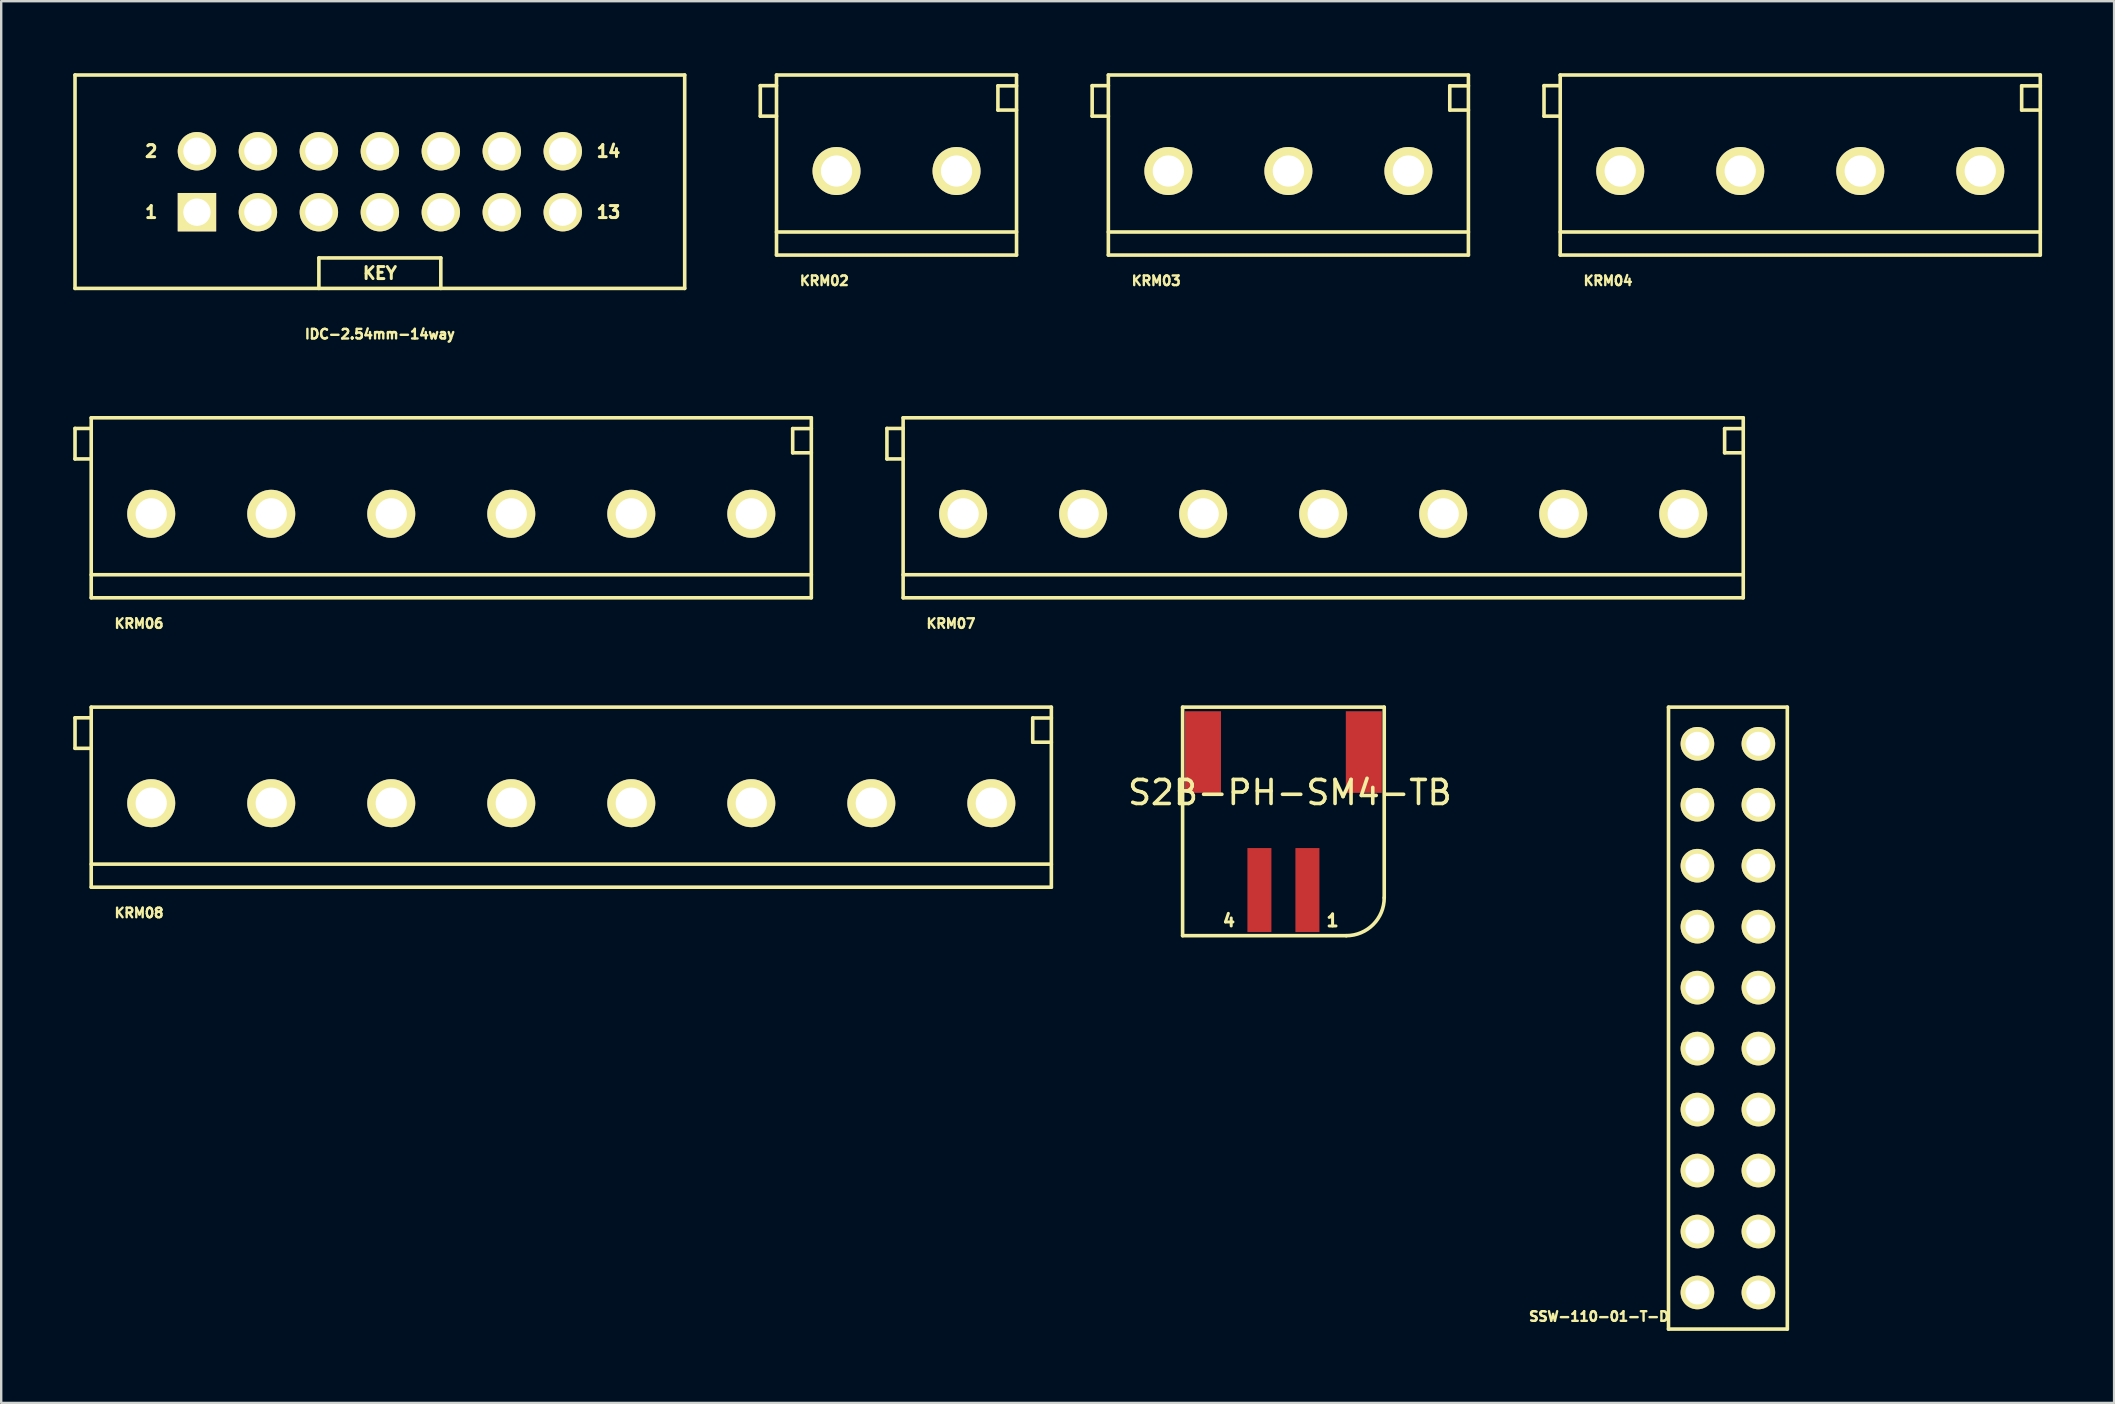
<source format=kicad_pcb>
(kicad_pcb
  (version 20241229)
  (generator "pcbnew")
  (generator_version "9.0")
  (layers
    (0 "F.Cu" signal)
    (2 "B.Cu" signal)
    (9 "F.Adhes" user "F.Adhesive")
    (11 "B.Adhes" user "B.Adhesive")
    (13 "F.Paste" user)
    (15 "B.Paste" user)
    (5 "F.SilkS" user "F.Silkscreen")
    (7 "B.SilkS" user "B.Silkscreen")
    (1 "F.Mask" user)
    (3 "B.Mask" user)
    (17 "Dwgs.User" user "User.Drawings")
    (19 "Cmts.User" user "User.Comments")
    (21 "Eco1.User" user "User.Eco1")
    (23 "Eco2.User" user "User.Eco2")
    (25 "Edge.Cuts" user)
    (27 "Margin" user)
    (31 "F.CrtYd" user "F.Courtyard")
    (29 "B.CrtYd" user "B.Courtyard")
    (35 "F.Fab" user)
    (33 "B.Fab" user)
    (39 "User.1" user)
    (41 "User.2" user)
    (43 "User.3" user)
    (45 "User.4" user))
  (footprint "IDC-2.54mm-14way"
    (layer "F.Cu")
    (at 12.775 4.52)
    (property "Reference" "IDC-2.54mm-14way" (at 0 6.35 0) (layer "F.SilkS") (effects (font (size 0.4 0.4) (thickness 0.1))))
    (attr through_hole)
    (fp_line (start -12.7 -4.445) (end 12.7 -4.445) (stroke (width 0.15) (type solid)) (layer "F.SilkS"))
    (fp_line (start -12.7 4.445) (end -12.7 -4.445) (stroke (width 0.15) (type solid)) (layer "F.SilkS"))
    (fp_line (start -2.54 3.175) (end 2.54 3.175) (stroke (width 0.15) (type solid)) (layer "F.SilkS"))
    (fp_line (start -2.54 4.445) (end -2.54 3.175) (stroke (width 0.15) (type solid)) (layer "F.SilkS"))
    (fp_line (start 2.54 3.175) (end 2.54 4.445) (stroke (width 0.15) (type solid)) (layer "F.SilkS"))
    (fp_line (start 12.7 -4.445) (end 12.7 4.445) (stroke (width 0.15) (type solid)) (layer "F.SilkS"))
    (fp_line (start 12.7 4.445) (end -12.7 4.445) (stroke (width 0.15) (type solid)) (layer "F.SilkS"))
    (fp_text user "14" (at 9.525 -1.27 0) (layer "F.SilkS") (effects (font (size 0.5 0.5) (thickness 0.125))))
    (fp_text user "KEY" (at 0 3.81 0) (layer "F.SilkS") (effects (font (size 0.5 0.5) (thickness 0.125))))
    (fp_text user "13" (at 9.525 1.27 0) (layer "F.SilkS") (effects (font (size 0.5 0.5) (thickness 0.125))))
    (fp_text user "2" (at -9.525 -1.27 0) (layer "F.SilkS") (effects (font (size 0.5 0.5) (thickness 0.125))))
    (fp_text user "1" (at -9.525 1.27 0) (layer "F.SilkS") (effects (font (size 0.5 0.5) (thickness 0.125))))
    (pad "1" thru_hole rect (at -7.62 1.27) (size 1.6 1.6) (drill 1.14) (layers "*.Cu" "*.Mask" "F.SilkS"))
    (pad "2" thru_hole circle (at -7.62 -1.27) (size 1.6 1.6) (drill 1.14) (layers "*.Cu" "*.Mask" "F.SilkS"))
    (pad "3" thru_hole circle (at -5.08 1.27) (size 1.6 1.6) (drill 1.14) (layers "*.Cu" "*.Mask" "F.SilkS"))
    (pad "4" thru_hole circle (at -5.08 -1.27) (size 1.6 1.6) (drill 1.14) (layers "*.Cu" "*.Mask" "F.SilkS"))
    (pad "5" thru_hole circle (at -2.54 1.27) (size 1.6 1.6) (drill 1.14) (layers "*.Cu" "*.Mask" "F.SilkS"))
    (pad "6" thru_hole circle (at -2.54 -1.27) (size 1.6 1.6) (drill 1.14) (layers "*.Cu" "*.Mask" "F.SilkS"))
    (pad "7" thru_hole circle (at 0 1.27) (size 1.6 1.6) (drill 1.14) (layers "*.Cu" "*.Mask" "F.SilkS"))
    (pad "8" thru_hole circle (at 0 -1.27) (size 1.6 1.6) (drill 1.14) (layers "*.Cu" "*.Mask" "F.SilkS"))
    (pad "9" thru_hole circle (at 2.54 1.27) (size 1.6 1.6) (drill 1.14) (layers "*.Cu" "*.Mask" "F.SilkS"))
    (pad "10" thru_hole circle (at 2.54 -1.27) (size 1.6 1.6) (drill 1.14) (layers "*.Cu" "*.Mask" "F.SilkS"))
    (pad "11" thru_hole circle (at 5.08 1.27) (size 1.6 1.6) (drill 1.14) (layers "*.Cu" "*.Mask" "F.SilkS"))
    (pad "12" thru_hole circle (at 5.08 -1.27) (size 1.6 1.6) (drill 1.14) (layers "*.Cu" "*.Mask" "F.SilkS"))
    (pad "13" thru_hole circle (at 7.62 1.27) (size 1.6 1.6) (drill 1.14) (layers "*.Cu" "*.Mask" "F.SilkS"))
    (pad "14" thru_hole circle (at 7.62 -1.27) (size 1.6 1.6) (drill 1.14) (layers "*.Cu" "*.Mask" "F.SilkS")))
  (footprint "KRM08"
    (layer "F.Cu")
    (at 3.25 30.411)
    (property "Reference" "KRM08" (at -0.508 4.572 0) (layer "F.SilkS") (effects (font (size 0.4 0.4) (thickness 0.1))))
    (attr through_hole)
    (fp_line (start -3.175 -3.556) (end -2.5 -3.556) (stroke (width 0.15) (type solid)) (layer "F.SilkS"))
    (fp_line (start -3.175 -2.286) (end -3.175 -3.556) (stroke (width 0.15) (type solid)) (layer "F.SilkS"))
    (fp_line (start -3.175 -2.286) (end -2.5 -2.286) (stroke (width 0.15) (type solid)) (layer "F.SilkS"))
    (fp_line (start -2.5 -4) (end -2.5 3.5) (stroke (width 0.15) (type solid)) (layer "F.SilkS"))
    (fp_line (start -2.5 -4) (end 37.5 -4) (stroke (width 0.15) (type solid)) (layer "F.SilkS"))
    (fp_line (start -2.5 2.54) (end 37.5 2.54) (stroke (width 0.15) (type solid)) (layer "F.SilkS"))
    (fp_line (start -2.5 3.5) (end 37.5 3.5) (stroke (width 0.15) (type solid)) (layer "F.SilkS"))
    (fp_line (start 36.724 -3.549) (end 36.724 -2.54) (stroke (width 0.15) (type solid)) (layer "F.SilkS"))
    (fp_line (start 36.724 -3.549) (end 37.5 -3.549) (stroke (width 0.15) (type solid)) (layer "F.SilkS"))
    (fp_line (start 36.724 -2.54) (end 37.5 -2.54) (stroke (width 0.15) (type solid)) (layer "F.SilkS"))
    (fp_line (start 37.5 -4) (end 37.5 3.5) (stroke (width 0.15) (type solid)) (layer "F.SilkS"))
    (pad "1" thru_hole circle (at 0 0) (size 2 2) (drill 1.3) (layers "*.Cu" "*.Mask" "F.SilkS"))
    (pad "2" thru_hole circle (at 5 0) (size 2 2) (drill 1.3) (layers "*.Cu" "*.Mask" "F.SilkS"))
    (pad "3" thru_hole circle (at 10 0) (size 2 2) (drill 1.3) (layers "*.Cu" "*.Mask" "F.SilkS"))
    (pad "4" thru_hole circle (at 15 0) (size 2 2) (drill 1.3) (layers "*.Cu" "*.Mask" "F.SilkS"))
    (pad "5" thru_hole circle (at 20 0) (size 2 2) (drill 1.3) (layers "*.Cu" "*.Mask" "F.SilkS"))
    (pad "6" thru_hole circle (at 25 0) (size 2 2) (drill 1.3) (layers "*.Cu" "*.Mask" "F.SilkS"))
    (pad "7" thru_hole circle (at 30 0) (size 2 2) (drill 1.3) (layers "*.Cu" "*.Mask" "F.SilkS"))
    (pad "8" thru_hole circle (at 35 0) (size 2 2) (drill 1.3) (layers "*.Cu" "*.Mask" "F.SilkS")))
  (footprint "KRM07"
    (layer "F.Cu")
    (at 37.075 18.355)
    (property "Reference" "KRM07" (at -0.508 4.572 0) (layer "F.SilkS") (effects (font (size 0.4 0.4) (thickness 0.1))))
    (attr through_hole)
    (fp_line (start -3.175 -3.556) (end -2.5 -3.556) (stroke (width 0.15) (type solid)) (layer "F.SilkS"))
    (fp_line (start -3.175 -2.286) (end -3.175 -3.556) (stroke (width 0.15) (type solid)) (layer "F.SilkS"))
    (fp_line (start -3.175 -2.286) (end -2.5 -2.286) (stroke (width 0.15) (type solid)) (layer "F.SilkS"))
    (fp_line (start -2.5 -4) (end -2.5 3.5) (stroke (width 0.15) (type solid)) (layer "F.SilkS"))
    (fp_line (start -2.5 -4) (end 32.5 -4) (stroke (width 0.15) (type solid)) (layer "F.SilkS"))
    (fp_line (start -2.5 2.54) (end 32.5 2.54) (stroke (width 0.15) (type solid)) (layer "F.SilkS"))
    (fp_line (start -2.5 3.5) (end 32.5 3.5) (stroke (width 0.15) (type solid)) (layer "F.SilkS"))
    (fp_line (start 31.724 -3.549) (end 31.724 -2.54) (stroke (width 0.15) (type solid)) (layer "F.SilkS"))
    (fp_line (start 31.724 -3.549) (end 32.5 -3.549) (stroke (width 0.15) (type solid)) (layer "F.SilkS"))
    (fp_line (start 31.724 -2.54) (end 32.5 -2.54) (stroke (width 0.15) (type solid)) (layer "F.SilkS"))
    (fp_line (start 32.5 -4) (end 32.5 3.5) (stroke (width 0.15) (type solid)) (layer "F.SilkS"))
    (pad "1" thru_hole circle (at 0 0) (size 2 2) (drill 1.3) (layers "*.Cu" "*.Mask" "F.SilkS"))
    (pad "2" thru_hole circle (at 5 0) (size 2 2) (drill 1.3) (layers "*.Cu" "*.Mask" "F.SilkS"))
    (pad "3" thru_hole circle (at 10 0) (size 2 2) (drill 1.3) (layers "*.Cu" "*.Mask" "F.SilkS"))
    (pad "4" thru_hole circle (at 15 0) (size 2 2) (drill 1.3) (layers "*.Cu" "*.Mask" "F.SilkS"))
    (pad "5" thru_hole circle (at 20 0) (size 2 2) (drill 1.3) (layers "*.Cu" "*.Mask" "F.SilkS"))
    (pad "6" thru_hole circle (at 25 0) (size 2 2) (drill 1.3) (layers "*.Cu" "*.Mask" "F.SilkS"))
    (pad "7" thru_hole circle (at 30 0) (size 2 2) (drill 1.3) (layers "*.Cu" "*.Mask" "F.SilkS")))
  (footprint "S2B-PH-SM4-TB"
    (layer "F.Cu")
    (at 49.418 34.031)
    (property "Reference" "S2B-PH-SM4-TB" (at 1.27 -4.064 0) (layer "F.SilkS") (effects (font (size 1 1) (thickness 0.15))))
    (attr smd)
    (fp_line (start -3.2 -7.62) (end 5.2 -7.62) (stroke (width 0.15) (type solid)) (layer "F.SilkS"))
    (fp_line (start -3.2 1.9) (end -3.2 -7.62) (stroke (width 0.15) (type solid)) (layer "F.SilkS"))
    (fp_line (start 3.62 1.9) (end -3.2 1.9) (stroke (width 0.15) (type solid)) (layer "F.SilkS"))
    (fp_line (start 5.2 -7.62) (end 5.2 0.32) (stroke (width 0.15) (type solid)) (layer "F.SilkS"))
    (fp_arc (start 5.2 0.32) (mid 4.737229 1.437229) (end 3.62 1.9) (stroke (width 0.15) (type solid)) (layer "F.SilkS"))
    (fp_text user "4" (at -1.27 1.27 0) (layer "F.SilkS") (effects (font (size 0.5 0.5) (thickness 0.125))))
    (fp_text user "1" (at 3.048 1.27 0) (layer "F.SilkS") (effects (font (size 0.5 0.5) (thickness 0.125))))
    (pad "3" smd rect (at 2 0) (size 1 3.5) (layers "F.Cu" "F.Mask" "F.Paste"))
    (pad "4" smd rect (at 0 0) (size 1 3.5) (layers "F.Cu" "F.Mask" "F.Paste"))
    (pad "5" smd rect (at -2.35 -5.75) (size 1.5 3.4) (layers "F.Cu" "F.Mask" "F.Paste"))
    (pad "5" smd rect (at 4.35 -5.75) (size 1.5 3.4) (layers "F.Cu" "F.Mask" "F.Paste")))
  (footprint "KRM02"
    (layer "F.Cu")
    (at 31.8 4.075)
    (property "Reference" "KRM02" (at -0.508 4.572 0) (layer "F.SilkS") (effects (font (size 0.4 0.4) (thickness 0.1))))
    (attr through_hole)
    (fp_line (start -3.175 -3.556) (end -2.5 -3.556) (stroke (width 0.15) (type solid)) (layer "F.SilkS"))
    (fp_line (start -3.175 -2.286) (end -3.175 -3.556) (stroke (width 0.15) (type solid)) (layer "F.SilkS"))
    (fp_line (start -3.175 -2.286) (end -2.5 -2.286) (stroke (width 0.15) (type solid)) (layer "F.SilkS"))
    (fp_line (start -2.5 -4) (end -2.5 3.5) (stroke (width 0.15) (type solid)) (layer "F.SilkS"))
    (fp_line (start -2.5 -4) (end 7.5 -4) (stroke (width 0.15) (type solid)) (layer "F.SilkS"))
    (fp_line (start -2.5 2.54) (end 7.5 2.54) (stroke (width 0.15) (type solid)) (layer "F.SilkS"))
    (fp_line (start -2.5 3.5) (end 7.5 3.5) (stroke (width 0.15) (type solid)) (layer "F.SilkS"))
    (fp_line (start 6.724 -3.549) (end 6.724 -2.54) (stroke (width 0.15) (type solid)) (layer "F.SilkS"))
    (fp_line (start 6.724 -3.549) (end 7.5 -3.549) (stroke (width 0.15) (type solid)) (layer "F.SilkS"))
    (fp_line (start 6.724 -2.54) (end 7.5 -2.54) (stroke (width 0.15) (type solid)) (layer "F.SilkS"))
    (fp_line (start 7.5 -4) (end 7.5 3.5) (stroke (width 0.15) (type solid)) (layer "F.SilkS"))
    (pad "1" thru_hole circle (at 0 0) (size 2 2) (drill 1.3) (layers "*.Cu" "*.Mask" "F.SilkS"))
    (pad "2" thru_hole circle (at 5 0) (size 2 2) (drill 1.3) (layers "*.Cu" "*.Mask" "F.SilkS")))
  (footprint "SSW-110-01-T-D"
    (layer "F.Cu")
    (at 67.666 50.796)
    (property "Reference" "SSW-110-01-T-D" (at -4.1 1 0) (layer "F.SilkS") (effects (font (size 0.4 0.4) (thickness 0.1))))
    (attr through_hole)
    (fp_line (start -1.205 -24.385) (end 3.745 -24.385) (stroke (width 0.15) (type solid)) (layer "F.SilkS"))
    (fp_line (start -1.205 1.525) (end -1.205 -24.385) (stroke (width 0.15) (type solid)) (layer "F.SilkS"))
    (fp_line (start -1.205 1.525) (end 3.745 1.525) (stroke (width 0.15) (type solid)) (layer "F.SilkS"))
    (fp_line (start 3.745 1.525) (end 3.745 -24.385) (stroke (width 0.15) (type solid)) (layer "F.SilkS"))
    (pad "1" thru_hole circle (at 0 0) (size 1.4 1.4) (drill 1) (layers "*.Cu" "*.Mask" "F.SilkS"))
    (pad "2" thru_hole circle (at 2.54 0) (size 1.4 1.4) (drill 1) (layers "*.Cu" "*.Mask" "F.SilkS"))
    (pad "3" thru_hole circle (at 0 -2.54) (size 1.4 1.4) (drill 1) (layers "*.Cu" "*.Mask" "F.SilkS"))
    (pad "4" thru_hole circle (at 2.54 -2.54) (size 1.4 1.4) (drill 1) (layers "*.Cu" "*.Mask" "F.SilkS"))
    (pad "5" thru_hole circle (at 0 -5.08) (size 1.4 1.4) (drill 1) (layers "*.Cu" "*.Mask" "F.SilkS"))
    (pad "6" thru_hole circle (at 2.54 -5.08) (size 1.4 1.4) (drill 1) (layers "*.Cu" "*.Mask" "F.SilkS"))
    (pad "7" thru_hole circle (at 0 -7.62) (size 1.4 1.4) (drill 1) (layers "*.Cu" "*.Mask" "F.SilkS"))
    (pad "8" thru_hole circle (at 2.54 -7.62) (size 1.4 1.4) (drill 1) (layers "*.Cu" "*.Mask" "F.SilkS"))
    (pad "9" thru_hole circle (at 0 -10.16) (size 1.4 1.4) (drill 1) (layers "*.Cu" "*.Mask" "F.SilkS"))
    (pad "10" thru_hole circle (at 2.54 -10.16) (size 1.4 1.4) (drill 1) (layers "*.Cu" "*.Mask" "F.SilkS"))
    (pad "11" thru_hole circle (at 0 -12.7) (size 1.4 1.4) (drill 1) (layers "*.Cu" "*.Mask" "F.SilkS"))
    (pad "12" thru_hole circle (at 2.54 -12.7) (size 1.4 1.4) (drill 1) (layers "*.Cu" "*.Mask" "F.SilkS"))
    (pad "13" thru_hole circle (at 0 -15.24) (size 1.4 1.4) (drill 1) (layers "*.Cu" "*.Mask" "F.SilkS"))
    (pad "14" thru_hole circle (at 2.54 -15.24) (size 1.4 1.4) (drill 1) (layers "*.Cu" "*.Mask" "F.SilkS"))
    (pad "15" thru_hole circle (at 0 -17.78) (size 1.4 1.4) (drill 1) (layers "*.Cu" "*.Mask" "F.SilkS"))
    (pad "16" thru_hole circle (at 2.54 -17.78) (size 1.4 1.4) (drill 1) (layers "*.Cu" "*.Mask" "F.SilkS"))
    (pad "17" thru_hole circle (at 0 -20.32) (size 1.4 1.4) (drill 1) (layers "*.Cu" "*.Mask" "F.SilkS"))
    (pad "18" thru_hole circle (at 2.54 -20.32) (size 1.4 1.4) (drill 1) (layers "*.Cu" "*.Mask" "F.SilkS"))
    (pad "19" thru_hole circle (at 0 -22.86) (size 1.4 1.4) (drill 1) (layers "*.Cu" "*.Mask" "F.SilkS"))
    (pad "20" thru_hole circle (at 2.54 -22.86) (size 1.4 1.4) (drill 1) (layers "*.Cu" "*.Mask" "F.SilkS")))
  (footprint "KRM03"
    (layer "F.Cu")
    (at 45.625 4.075)
    (property "Reference" "KRM03" (at -0.508 4.572 0) (layer "F.SilkS") (effects (font (size 0.4 0.4) (thickness 0.1))))
    (attr through_hole)
    (fp_line (start -3.175 -3.556) (end -2.5 -3.556) (stroke (width 0.15) (type solid)) (layer "F.SilkS"))
    (fp_line (start -3.175 -2.286) (end -3.175 -3.556) (stroke (width 0.15) (type solid)) (layer "F.SilkS"))
    (fp_line (start -3.175 -2.286) (end -2.5 -2.286) (stroke (width 0.15) (type solid)) (layer "F.SilkS"))
    (fp_line (start -2.5 -4) (end -2.5 3.5) (stroke (width 0.15) (type solid)) (layer "F.SilkS"))
    (fp_line (start -2.5 -4) (end 12.5 -4) (stroke (width 0.15) (type solid)) (layer "F.SilkS"))
    (fp_line (start -2.5 2.54) (end 12.5 2.54) (stroke (width 0.15) (type solid)) (layer "F.SilkS"))
    (fp_line (start -2.5 3.5) (end 12.5 3.5) (stroke (width 0.15) (type solid)) (layer "F.SilkS"))
    (fp_line (start 11.724 -3.549) (end 11.724 -2.54) (stroke (width 0.15) (type solid)) (layer "F.SilkS"))
    (fp_line (start 11.724 -3.549) (end 12.5 -3.549) (stroke (width 0.15) (type solid)) (layer "F.SilkS"))
    (fp_line (start 11.724 -2.54) (end 12.5 -2.54) (stroke (width 0.15) (type solid)) (layer "F.SilkS"))
    (fp_line (start 12.5 -4) (end 12.5 3.5) (stroke (width 0.15) (type solid)) (layer "F.SilkS"))
    (pad "1" thru_hole circle (at 0 0) (size 2 2) (drill 1.3) (layers "*.Cu" "*.Mask" "F.SilkS"))
    (pad "2" thru_hole circle (at 5 0) (size 2 2) (drill 1.3) (layers "*.Cu" "*.Mask" "F.SilkS"))
    (pad "3" thru_hole circle (at 10 0) (size 2 2) (drill 1.3) (layers "*.Cu" "*.Mask" "F.SilkS")))
  (footprint "KRM04"
    (layer "F.Cu")
    (at 64.45 4.075)
    (property "Reference" "KRM04" (at -0.508 4.572 0) (layer "F.SilkS") (effects (font (size 0.4 0.4) (thickness 0.1))))
    (attr through_hole)
    (fp_line (start -3.175 -3.556) (end -2.5 -3.556) (stroke (width 0.15) (type solid)) (layer "F.SilkS"))
    (fp_line (start -3.175 -2.286) (end -3.175 -3.556) (stroke (width 0.15) (type solid)) (layer "F.SilkS"))
    (fp_line (start -3.175 -2.286) (end -2.5 -2.286) (stroke (width 0.15) (type solid)) (layer "F.SilkS"))
    (fp_line (start -2.5 -4) (end -2.5 3.5) (stroke (width 0.15) (type solid)) (layer "F.SilkS"))
    (fp_line (start -2.5 -4) (end 17.5 -4) (stroke (width 0.15) (type solid)) (layer "F.SilkS"))
    (fp_line (start -2.5 2.54) (end 17.5 2.54) (stroke (width 0.15) (type solid)) (layer "F.SilkS"))
    (fp_line (start -2.5 3.5) (end 17.5 3.5) (stroke (width 0.15) (type solid)) (layer "F.SilkS"))
    (fp_line (start 16.724 -3.549) (end 16.724 -2.54) (stroke (width 0.15) (type solid)) (layer "F.SilkS"))
    (fp_line (start 16.724 -3.549) (end 17.5 -3.549) (stroke (width 0.15) (type solid)) (layer "F.SilkS"))
    (fp_line (start 16.724 -2.54) (end 17.5 -2.54) (stroke (width 0.15) (type solid)) (layer "F.SilkS"))
    (fp_line (start 17.5 -4) (end 17.5 3.5) (stroke (width 0.15) (type solid)) (layer "F.SilkS"))
    (pad "1" thru_hole circle (at 0 0) (size 2 2) (drill 1.3) (layers "*.Cu" "*.Mask" "F.SilkS"))
    (pad "2" thru_hole circle (at 5 0) (size 2 2) (drill 1.3) (layers "*.Cu" "*.Mask" "F.SilkS"))
    (pad "3" thru_hole circle (at 10 0) (size 2 2) (drill 1.3) (layers "*.Cu" "*.Mask" "F.SilkS"))
    (pad "4" thru_hole circle (at 15 0) (size 2 2) (drill 1.3) (layers "*.Cu" "*.Mask" "F.SilkS")))
  (footprint "KRM06"
    (layer "F.Cu")
    (at 3.25 18.355)
    (property "Reference" "KRM06" (at -0.508 4.572 0) (layer "F.SilkS") (effects (font (size 0.4 0.4) (thickness 0.1))))
    (attr through_hole)
    (fp_line (start -3.175 -3.556) (end -2.5 -3.556) (stroke (width 0.15) (type solid)) (layer "F.SilkS"))
    (fp_line (start -3.175 -2.286) (end -3.175 -3.556) (stroke (width 0.15) (type solid)) (layer "F.SilkS"))
    (fp_line (start -3.175 -2.286) (end -2.5 -2.286) (stroke (width 0.15) (type solid)) (layer "F.SilkS"))
    (fp_line (start -2.5 -4) (end -2.5 3.5) (stroke (width 0.15) (type solid)) (layer "F.SilkS"))
    (fp_line (start -2.5 -4) (end 27.5 -4) (stroke (width 0.15) (type solid)) (layer "F.SilkS"))
    (fp_line (start -2.5 2.54) (end 27.5 2.54) (stroke (width 0.15) (type solid)) (layer "F.SilkS"))
    (fp_line (start -2.5 3.5) (end 27.5 3.5) (stroke (width 0.15) (type solid)) (layer "F.SilkS"))
    (fp_line (start 26.724 -3.549) (end 26.724 -2.54) (stroke (width 0.15) (type solid)) (layer "F.SilkS"))
    (fp_line (start 26.724 -3.549) (end 27.5 -3.549) (stroke (width 0.15) (type solid)) (layer "F.SilkS"))
    (fp_line (start 26.724 -2.54) (end 27.5 -2.54) (stroke (width 0.15) (type solid)) (layer "F.SilkS"))
    (fp_line (start 27.5 -4) (end 27.5 3.5) (stroke (width 0.15) (type solid)) (layer "F.SilkS"))
    (pad "1" thru_hole circle (at 0 0) (size 2 2) (drill 1.3) (layers "*.Cu" "*.Mask" "F.SilkS"))
    (pad "2" thru_hole circle (at 5 0) (size 2 2) (drill 1.3) (layers "*.Cu" "*.Mask" "F.SilkS"))
    (pad "3" thru_hole circle (at 10 0) (size 2 2) (drill 1.3) (layers "*.Cu" "*.Mask" "F.SilkS"))
    (pad "4" thru_hole circle (at 15 0) (size 2 2) (drill 1.3) (layers "*.Cu" "*.Mask" "F.SilkS"))
    (pad "5" thru_hole circle (at 20 0) (size 2 2) (drill 1.3) (layers "*.Cu" "*.Mask" "F.SilkS"))
    (pad "6" thru_hole circle (at 25 0) (size 2 2) (drill 1.3) (layers "*.Cu" "*.Mask" "F.SilkS")))
  (gr_rect
    (start -3 -3)
    (end 85.025 55.396)
    (stroke (width 0.1) (type default))
    (fill no)
    (layer "Edge.Cuts")))
</source>
